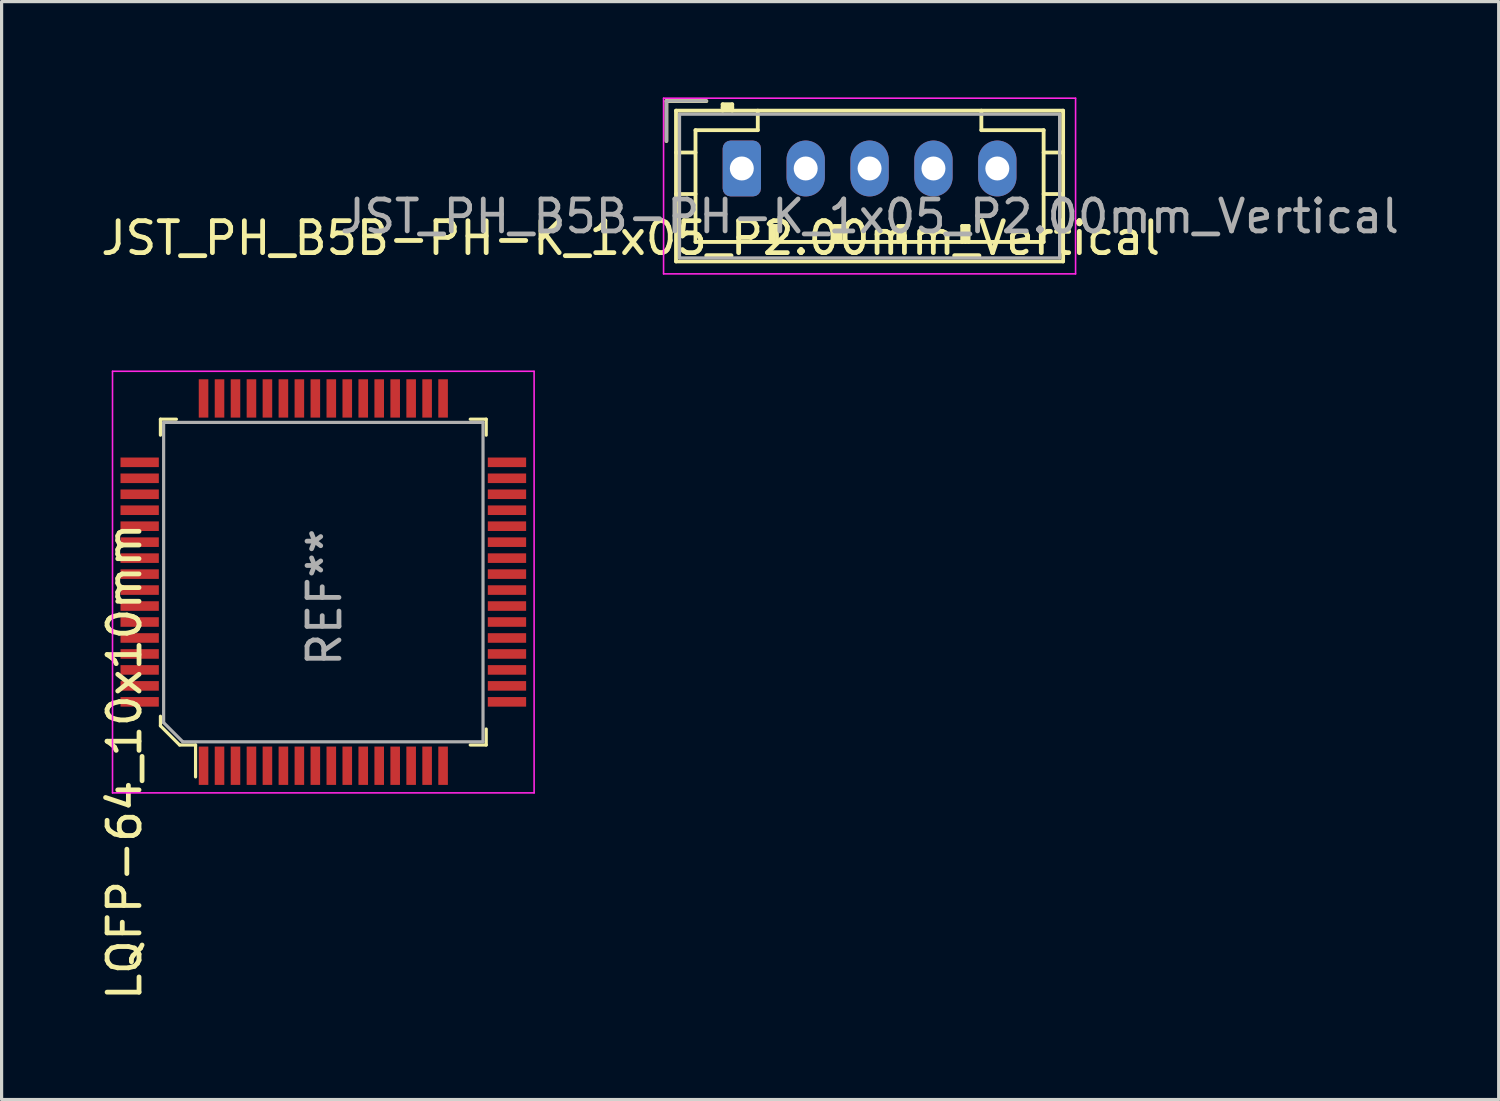
<source format=kicad_pcb>
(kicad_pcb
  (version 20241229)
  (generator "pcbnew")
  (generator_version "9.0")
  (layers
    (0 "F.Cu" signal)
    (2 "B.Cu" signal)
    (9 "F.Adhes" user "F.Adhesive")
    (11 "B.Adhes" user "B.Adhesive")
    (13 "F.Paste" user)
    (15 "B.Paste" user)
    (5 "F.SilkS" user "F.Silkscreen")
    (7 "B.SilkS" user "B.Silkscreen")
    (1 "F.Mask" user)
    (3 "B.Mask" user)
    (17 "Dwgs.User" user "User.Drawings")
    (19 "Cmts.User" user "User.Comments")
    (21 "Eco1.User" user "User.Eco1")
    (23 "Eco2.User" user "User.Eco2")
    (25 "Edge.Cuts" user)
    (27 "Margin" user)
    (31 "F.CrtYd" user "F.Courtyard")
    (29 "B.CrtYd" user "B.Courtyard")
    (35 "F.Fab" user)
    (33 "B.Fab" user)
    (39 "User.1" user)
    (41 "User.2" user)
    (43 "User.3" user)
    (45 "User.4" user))
  (footprint "LQFP-64_10x10mm"
    (layer "F.Cu")
    (at 7.073 15.175)
    (property "Reference" "LQFP-64_10x10mm" (at -6.225 5.625 90) (layer "F.SilkS") (effects (font (size 1 1) (thickness 0.15))))
    (attr smd)
    (fp_line (start -5.1 -5.1) (end -5.1 -4.6) (stroke (width 0.1) (type solid)) (layer "F.SilkS"))
    (fp_line (start -5.1 -5.1) (end -4.6 -5.1) (stroke (width 0.1) (type solid)) (layer "F.SilkS"))
    (fp_line (start -5.1 4.2) (end -5.1 4.5) (stroke (width 0.1) (type solid)) (layer "F.SilkS"))
    (fp_line (start -5.1 4.5) (end -4.5 5.1) (stroke (width 0.1) (type solid)) (layer "F.SilkS"))
    (fp_line (start -4.5 5.1) (end -4 5.1) (stroke (width 0.1) (type solid)) (layer "F.SilkS"))
    (fp_line (start -4 5.1) (end -4 6.1) (stroke (width 0.1) (type solid)) (layer "F.SilkS"))
    (fp_line (start 5.1 -5.1) (end 4.6 -5.1) (stroke (width 0.1) (type solid)) (layer "F.SilkS"))
    (fp_line (start 5.1 -5.1) (end 5.1 -4.6) (stroke (width 0.1) (type solid)) (layer "F.SilkS"))
    (fp_line (start 5.1 5.1) (end 4.6 5.1) (stroke (width 0.1) (type solid)) (layer "F.SilkS"))
    (fp_line (start 5.1 5.1) (end 5.1 4.6) (stroke (width 0.1) (type solid)) (layer "F.SilkS"))
    (fp_line (start -6.6 -6.6) (end -6.6 6.6) (stroke (width 0.05) (type solid)) (layer "F.CrtYd"))
    (fp_line (start -6.6 -6.6) (end 6.6 -6.6) (stroke (width 0.05) (type solid)) (layer "F.CrtYd"))
    (fp_line (start -6.6 6.6) (end 6.6 6.6) (stroke (width 0.05) (type solid)) (layer "F.CrtYd"))
    (fp_line (start 6.6 6.6) (end 6.6 -6.6) (stroke (width 0.05) (type solid)) (layer "F.CrtYd"))
    (fp_line (start -5 -5) (end 5 -5) (stroke (width 0.1) (type solid)) (layer "F.Fab"))
    (fp_line (start -5 4.4) (end -5 -5) (stroke (width 0.1) (type solid)) (layer "F.Fab"))
    (fp_line (start -5 4.4) (end -4.4 5) (stroke (width 0.1) (type solid)) (layer "F.Fab"))
    (fp_line (start -4.4 5) (end 5 5) (stroke (width 0.1) (type solid)) (layer "F.Fab"))
    (fp_line (start 5 5) (end 5 -5) (stroke (width 0.1) (type solid)) (layer "F.Fab"))
    (fp_text user "REF**" (at 0.035 0.48 90) (layer "F.Fab") (effects (font (size 1 1) (thickness 0.15))))
    (pad "1" smd rect (at -3.75 5.75) (size 0.3 1.2) (layers "F.Cu" "F.Mask" "F.Paste"))
    (pad "2" smd rect (at -3.25 5.75) (size 0.3 1.2) (layers "F.Cu" "F.Mask" "F.Paste"))
    (pad "3" smd rect (at -2.75 5.75) (size 0.3 1.2) (layers "F.Cu" "F.Mask" "F.Paste"))
    (pad "4" smd rect (at -2.25 5.75) (size 0.3 1.2) (layers "F.Cu" "F.Mask" "F.Paste"))
    (pad "5" smd rect (at -1.75 5.75) (size 0.3 1.2) (layers "F.Cu" "F.Mask" "F.Paste"))
    (pad "6" smd rect (at -1.25 5.75) (size 0.3 1.2) (layers "F.Cu" "F.Mask" "F.Paste"))
    (pad "7" smd rect (at -0.75 5.75) (size 0.3 1.2) (layers "F.Cu" "F.Mask" "F.Paste"))
    (pad "8" smd rect (at -0.25 5.75) (size 0.3 1.2) (layers "F.Cu" "F.Mask" "F.Paste"))
    (pad "9" smd rect (at 0.25 5.75) (size 0.3 1.2) (layers "F.Cu" "F.Mask" "F.Paste"))
    (pad "10" smd rect (at 0.75 5.75) (size 0.3 1.2) (layers "F.Cu" "F.Mask" "F.Paste"))
    (pad "11" smd rect (at 1.25 5.75) (size 0.3 1.2) (layers "F.Cu" "F.Mask" "F.Paste"))
    (pad "12" smd rect (at 1.75 5.75) (size 0.3 1.2) (layers "F.Cu" "F.Mask" "F.Paste"))
    (pad "13" smd rect (at 2.25 5.75) (size 0.3 1.2) (layers "F.Cu" "F.Mask" "F.Paste"))
    (pad "14" smd rect (at 2.75 5.75) (size 0.3 1.2) (layers "F.Cu" "F.Mask" "F.Paste"))
    (pad "15" smd rect (at 3.25 5.75) (size 0.3 1.2) (layers "F.Cu" "F.Mask" "F.Paste"))
    (pad "16" smd rect (at 3.75 5.75) (size 0.3 1.2) (layers "F.Cu" "F.Mask" "F.Paste"))
    (pad "17" smd rect (at 5.75 3.75) (size 1.2 0.3) (layers "F.Cu" "F.Mask" "F.Paste"))
    (pad "18" smd rect (at 5.75 3.25) (size 1.2 0.3) (layers "F.Cu" "F.Mask" "F.Paste"))
    (pad "19" smd rect (at 5.75 2.75) (size 1.2 0.3) (layers "F.Cu" "F.Mask" "F.Paste"))
    (pad "20" smd rect (at 5.75 2.25) (size 1.2 0.3) (layers "F.Cu" "F.Mask" "F.Paste"))
    (pad "21" smd rect (at 5.75 1.75) (size 1.2 0.3) (layers "F.Cu" "F.Mask" "F.Paste"))
    (pad "22" smd rect (at 5.75 1.25) (size 1.2 0.3) (layers "F.Cu" "F.Mask" "F.Paste"))
    (pad "23" smd rect (at 5.75 0.75) (size 1.2 0.3) (layers "F.Cu" "F.Mask" "F.Paste"))
    (pad "24" smd rect (at 5.75 0.25) (size 1.2 0.3) (layers "F.Cu" "F.Mask" "F.Paste"))
    (pad "25" smd rect (at 5.75 -0.25) (size 1.2 0.3) (layers "F.Cu" "F.Mask" "F.Paste"))
    (pad "26" smd rect (at 5.75 -0.75) (size 1.2 0.3) (layers "F.Cu" "F.Mask" "F.Paste"))
    (pad "27" smd rect (at 5.75 -1.25) (size 1.2 0.3) (layers "F.Cu" "F.Mask" "F.Paste"))
    (pad "28" smd rect (at 5.75 -1.75) (size 1.2 0.3) (layers "F.Cu" "F.Mask" "F.Paste"))
    (pad "29" smd rect (at 5.75 -2.25) (size 1.2 0.3) (layers "F.Cu" "F.Mask" "F.Paste"))
    (pad "30" smd rect (at 5.75 -2.75) (size 1.2 0.3) (layers "F.Cu" "F.Mask" "F.Paste"))
    (pad "31" smd rect (at 5.75 -3.25) (size 1.2 0.3) (layers "F.Cu" "F.Mask" "F.Paste"))
    (pad "32" smd rect (at 5.75 -3.75) (size 1.2 0.3) (layers "F.Cu" "F.Mask" "F.Paste"))
    (pad "33" smd rect (at 3.75 -5.75) (size 0.3 1.2) (layers "F.Cu" "F.Mask" "F.Paste"))
    (pad "34" smd rect (at 3.25 -5.75) (size 0.3 1.2) (layers "F.Cu" "F.Mask" "F.Paste"))
    (pad "35" smd rect (at 2.75 -5.75) (size 0.3 1.2) (layers "F.Cu" "F.Mask" "F.Paste"))
    (pad "36" smd rect (at 2.25 -5.75) (size 0.3 1.2) (layers "F.Cu" "F.Mask" "F.Paste"))
    (pad "37" smd rect (at 1.75 -5.75) (size 0.3 1.2) (layers "F.Cu" "F.Mask" "F.Paste"))
    (pad "38" smd rect (at 1.25 -5.75) (size 0.3 1.2) (layers "F.Cu" "F.Mask" "F.Paste"))
    (pad "39" smd rect (at 0.75 -5.75) (size 0.3 1.2) (layers "F.Cu" "F.Mask" "F.Paste"))
    (pad "40" smd rect (at 0.25 -5.75) (size 0.3 1.2) (layers "F.Cu" "F.Mask" "F.Paste"))
    (pad "41" smd rect (at -0.25 -5.75) (size 0.3 1.2) (layers "F.Cu" "F.Mask" "F.Paste"))
    (pad "42" smd rect (at -0.75 -5.75) (size 0.3 1.2) (layers "F.Cu" "F.Mask" "F.Paste"))
    (pad "43" smd rect (at -1.25 -5.75) (size 0.3 1.2) (layers "F.Cu" "F.Mask" "F.Paste"))
    (pad "44" smd rect (at -1.75 -5.75) (size 0.3 1.2) (layers "F.Cu" "F.Mask" "F.Paste"))
    (pad "45" smd rect (at -2.25 -5.75) (size 0.3 1.2) (layers "F.Cu" "F.Mask" "F.Paste"))
    (pad "46" smd rect (at -2.75 -5.75) (size 0.3 1.2) (layers "F.Cu" "F.Mask" "F.Paste"))
    (pad "47" smd rect (at -3.25 -5.75) (size 0.3 1.2) (layers "F.Cu" "F.Mask" "F.Paste"))
    (pad "48" smd rect (at -3.75 -5.75) (size 0.3 1.2) (layers "F.Cu" "F.Mask" "F.Paste"))
    (pad "49" smd rect (at -5.75 -3.75) (size 1.2 0.3) (layers "F.Cu" "F.Mask" "F.Paste"))
    (pad "50" smd rect (at -5.75 -3.25) (size 1.2 0.3) (layers "F.Cu" "F.Mask" "F.Paste"))
    (pad "51" smd rect (at -5.75 -2.75) (size 1.2 0.3) (layers "F.Cu" "F.Mask" "F.Paste"))
    (pad "52" smd rect (at -5.75 -2.25) (size 1.2 0.3) (layers "F.Cu" "F.Mask" "F.Paste"))
    (pad "53" smd rect (at -5.75 -1.75) (size 1.2 0.3) (layers "F.Cu" "F.Mask" "F.Paste"))
    (pad "54" smd rect (at -5.75 -1.25) (size 1.2 0.3) (layers "F.Cu" "F.Mask" "F.Paste"))
    (pad "55" smd rect (at -5.75 -0.75) (size 1.2 0.3) (layers "F.Cu" "F.Mask" "F.Paste"))
    (pad "56" smd rect (at -5.75 -0.25) (size 1.2 0.3) (layers "F.Cu" "F.Mask" "F.Paste"))
    (pad "57" smd rect (at -5.75 0.25) (size 1.2 0.3) (layers "F.Cu" "F.Mask" "F.Paste"))
    (pad "58" smd rect (at -5.75 0.75) (size 1.2 0.3) (layers "F.Cu" "F.Mask" "F.Paste"))
    (pad "59" smd rect (at -5.75 1.25) (size 1.2 0.3) (layers "F.Cu" "F.Mask" "F.Paste"))
    (pad "60" smd rect (at -5.75 1.75) (size 1.2 0.3) (layers "F.Cu" "F.Mask" "F.Paste"))
    (pad "61" smd rect (at -5.75 2.25) (size 1.2 0.3) (layers "F.Cu" "F.Mask" "F.Paste"))
    (pad "62" smd rect (at -5.75 2.75) (size 1.2 0.3) (layers "F.Cu" "F.Mask" "F.Paste"))
    (pad "63" smd rect (at -5.75 3.25) (size 1.2 0.3) (layers "F.Cu" "F.Mask" "F.Paste"))
    (pad "64" smd rect (at -5.75 3.75) (size 1.2 0.3) (layers "F.Cu" "F.Mask" "F.Paste")))
  (footprint "JST_PH_B5B-PH-K_1x05_P2.00mm_Vertical"
    (layer "F.Cu")
    (at 20.176 2.225)
    (property "Reference" "JST_PH_B5B-PH-K_1x05_P2.00mm_Vertical" (at -3.48 2.18 0) (layer "F.SilkS") (effects (font (size 1 1) (thickness 0.15))))
    (attr through_hole)
    (fp_line (start -2.36 -2.11) (end -2.36 -0.86) (stroke (width 0.12) (type solid)) (layer "F.SilkS"))
    (fp_line (start -2.06 -1.81) (end -2.06 2.91) (stroke (width 0.12) (type solid)) (layer "F.SilkS"))
    (fp_line (start -2.06 -0.5) (end -1.45 -0.5) (stroke (width 0.12) (type solid)) (layer "F.SilkS"))
    (fp_line (start -2.06 0.8) (end -1.45 0.8) (stroke (width 0.12) (type solid)) (layer "F.SilkS"))
    (fp_line (start -2.06 2.91) (end 10.06 2.91) (stroke (width 0.12) (type solid)) (layer "F.SilkS"))
    (fp_line (start -1.45 -1.2) (end -1.45 2.3) (stroke (width 0.12) (type solid)) (layer "F.SilkS"))
    (fp_line (start -1.45 2.3) (end 9.45 2.3) (stroke (width 0.12) (type solid)) (layer "F.SilkS"))
    (fp_line (start -1.11 -2.11) (end -2.36 -2.11) (stroke (width 0.12) (type solid)) (layer "F.SilkS"))
    (fp_line (start -0.6 -2.01) (end -0.6 -1.81) (stroke (width 0.12) (type solid)) (layer "F.SilkS"))
    (fp_line (start -0.3 -2.01) (end -0.6 -2.01) (stroke (width 0.12) (type solid)) (layer "F.SilkS"))
    (fp_line (start -0.3 -1.91) (end -0.6 -1.91) (stroke (width 0.12) (type solid)) (layer "F.SilkS"))
    (fp_line (start -0.3 -1.81) (end -0.3 -2.01) (stroke (width 0.12) (type solid)) (layer "F.SilkS"))
    (fp_line (start 0.5 -1.81) (end 0.5 -1.2) (stroke (width 0.12) (type solid)) (layer "F.SilkS"))
    (fp_line (start 0.5 -1.2) (end -1.45 -1.2) (stroke (width 0.12) (type solid)) (layer "F.SilkS"))
    (fp_line (start 0.9 1.8) (end 1.1 1.8) (stroke (width 0.12) (type solid)) (layer "F.SilkS"))
    (fp_line (start 0.9 2.3) (end 0.9 1.8) (stroke (width 0.12) (type solid)) (layer "F.SilkS"))
    (fp_line (start 1 2.3) (end 1 1.8) (stroke (width 0.12) (type solid)) (layer "F.SilkS"))
    (fp_line (start 1.1 1.8) (end 1.1 2.3) (stroke (width 0.12) (type solid)) (layer "F.SilkS"))
    (fp_line (start 2.9 1.8) (end 3.1 1.8) (stroke (width 0.12) (type solid)) (layer "F.SilkS"))
    (fp_line (start 2.9 2.3) (end 2.9 1.8) (stroke (width 0.12) (type solid)) (layer "F.SilkS"))
    (fp_line (start 3 2.3) (end 3 1.8) (stroke (width 0.12) (type solid)) (layer "F.SilkS"))
    (fp_line (start 3.1 1.8) (end 3.1 2.3) (stroke (width 0.12) (type solid)) (layer "F.SilkS"))
    (fp_line (start 4.9 1.8) (end 5.1 1.8) (stroke (width 0.12) (type solid)) (layer "F.SilkS"))
    (fp_line (start 4.9 2.3) (end 4.9 1.8) (stroke (width 0.12) (type solid)) (layer "F.SilkS"))
    (fp_line (start 5 2.3) (end 5 1.8) (stroke (width 0.12) (type solid)) (layer "F.SilkS"))
    (fp_line (start 5.1 1.8) (end 5.1 2.3) (stroke (width 0.12) (type solid)) (layer "F.SilkS"))
    (fp_line (start 6.9 1.8) (end 7.1 1.8) (stroke (width 0.12) (type solid)) (layer "F.SilkS"))
    (fp_line (start 6.9 2.3) (end 6.9 1.8) (stroke (width 0.12) (type solid)) (layer "F.SilkS"))
    (fp_line (start 7 2.3) (end 7 1.8) (stroke (width 0.12) (type solid)) (layer "F.SilkS"))
    (fp_line (start 7.1 1.8) (end 7.1 2.3) (stroke (width 0.12) (type solid)) (layer "F.SilkS"))
    (fp_line (start 7.5 -1.2) (end 7.5 -1.81) (stroke (width 0.12) (type solid)) (layer "F.SilkS"))
    (fp_line (start 9.45 -1.2) (end 7.5 -1.2) (stroke (width 0.12) (type solid)) (layer "F.SilkS"))
    (fp_line (start 9.45 2.3) (end 9.45 -1.2) (stroke (width 0.12) (type solid)) (layer "F.SilkS"))
    (fp_line (start 10.06 -1.81) (end -2.06 -1.81) (stroke (width 0.12) (type solid)) (layer "F.SilkS"))
    (fp_line (start 10.06 -0.5) (end 9.45 -0.5) (stroke (width 0.12) (type solid)) (layer "F.SilkS"))
    (fp_line (start 10.06 0.8) (end 9.45 0.8) (stroke (width 0.12) (type solid)) (layer "F.SilkS"))
    (fp_line (start 10.06 2.91) (end 10.06 -1.81) (stroke (width 0.12) (type solid)) (layer "F.SilkS"))
    (fp_line (start -2.45 -2.2) (end -2.45 3.3) (stroke (width 0.05) (type solid)) (layer "F.CrtYd"))
    (fp_line (start -2.45 3.3) (end 10.45 3.3) (stroke (width 0.05) (type solid)) (layer "F.CrtYd"))
    (fp_line (start 10.45 -2.2) (end -2.45 -2.2) (stroke (width 0.05) (type solid)) (layer "F.CrtYd"))
    (fp_line (start 10.45 3.3) (end 10.45 -2.2) (stroke (width 0.05) (type solid)) (layer "F.CrtYd"))
    (fp_line (start -2.36 -2.11) (end -2.36 -0.86) (stroke (width 0.1) (type solid)) (layer "F.Fab"))
    (fp_line (start -1.95 -1.7) (end -1.95 2.8) (stroke (width 0.1) (type solid)) (layer "F.Fab"))
    (fp_line (start -1.95 2.8) (end 9.95 2.8) (stroke (width 0.1) (type solid)) (layer "F.Fab"))
    (fp_line (start -1.11 -2.11) (end -2.36 -2.11) (stroke (width 0.1) (type solid)) (layer "F.Fab"))
    (fp_line (start 9.95 -1.7) (end -1.95 -1.7) (stroke (width 0.1) (type solid)) (layer "F.Fab"))
    (fp_line (start 9.95 2.8) (end 9.95 -1.7) (stroke (width 0.1) (type solid)) (layer "F.Fab"))
    (fp_text user "${REFERENCE}" (at 4 1.5 0) (layer "F.Fab") (effects (font (size 1 1) (thickness 0.15))))
    (pad "1" thru_hole roundrect (at 0 0) (size 1.2 1.75) (drill 0.75) (layers "*.Cu" "*.Mask") (roundrect_rratio 0.208))
    (pad "2" thru_hole oval (at 2 0) (size 1.2 1.75) (drill 0.75) (layers "*.Cu" "*.Mask"))
    (pad "3" thru_hole oval (at 4 0) (size 1.2 1.75) (drill 0.75) (layers "*.Cu" "*.Mask"))
    (pad "4" thru_hole oval (at 6 0) (size 1.2 1.75) (drill 0.75) (layers "*.Cu" "*.Mask"))
    (pad "5" thru_hole oval (at 8 0) (size 1.2 1.75) (drill 0.75) (layers "*.Cu" "*.Mask")))
  (gr_rect
    (start -3 -3)
    (end 43.873 31.377)
    (stroke (width 0.1) (type default))
    (fill no)
    (layer "Edge.Cuts")))
</source>
